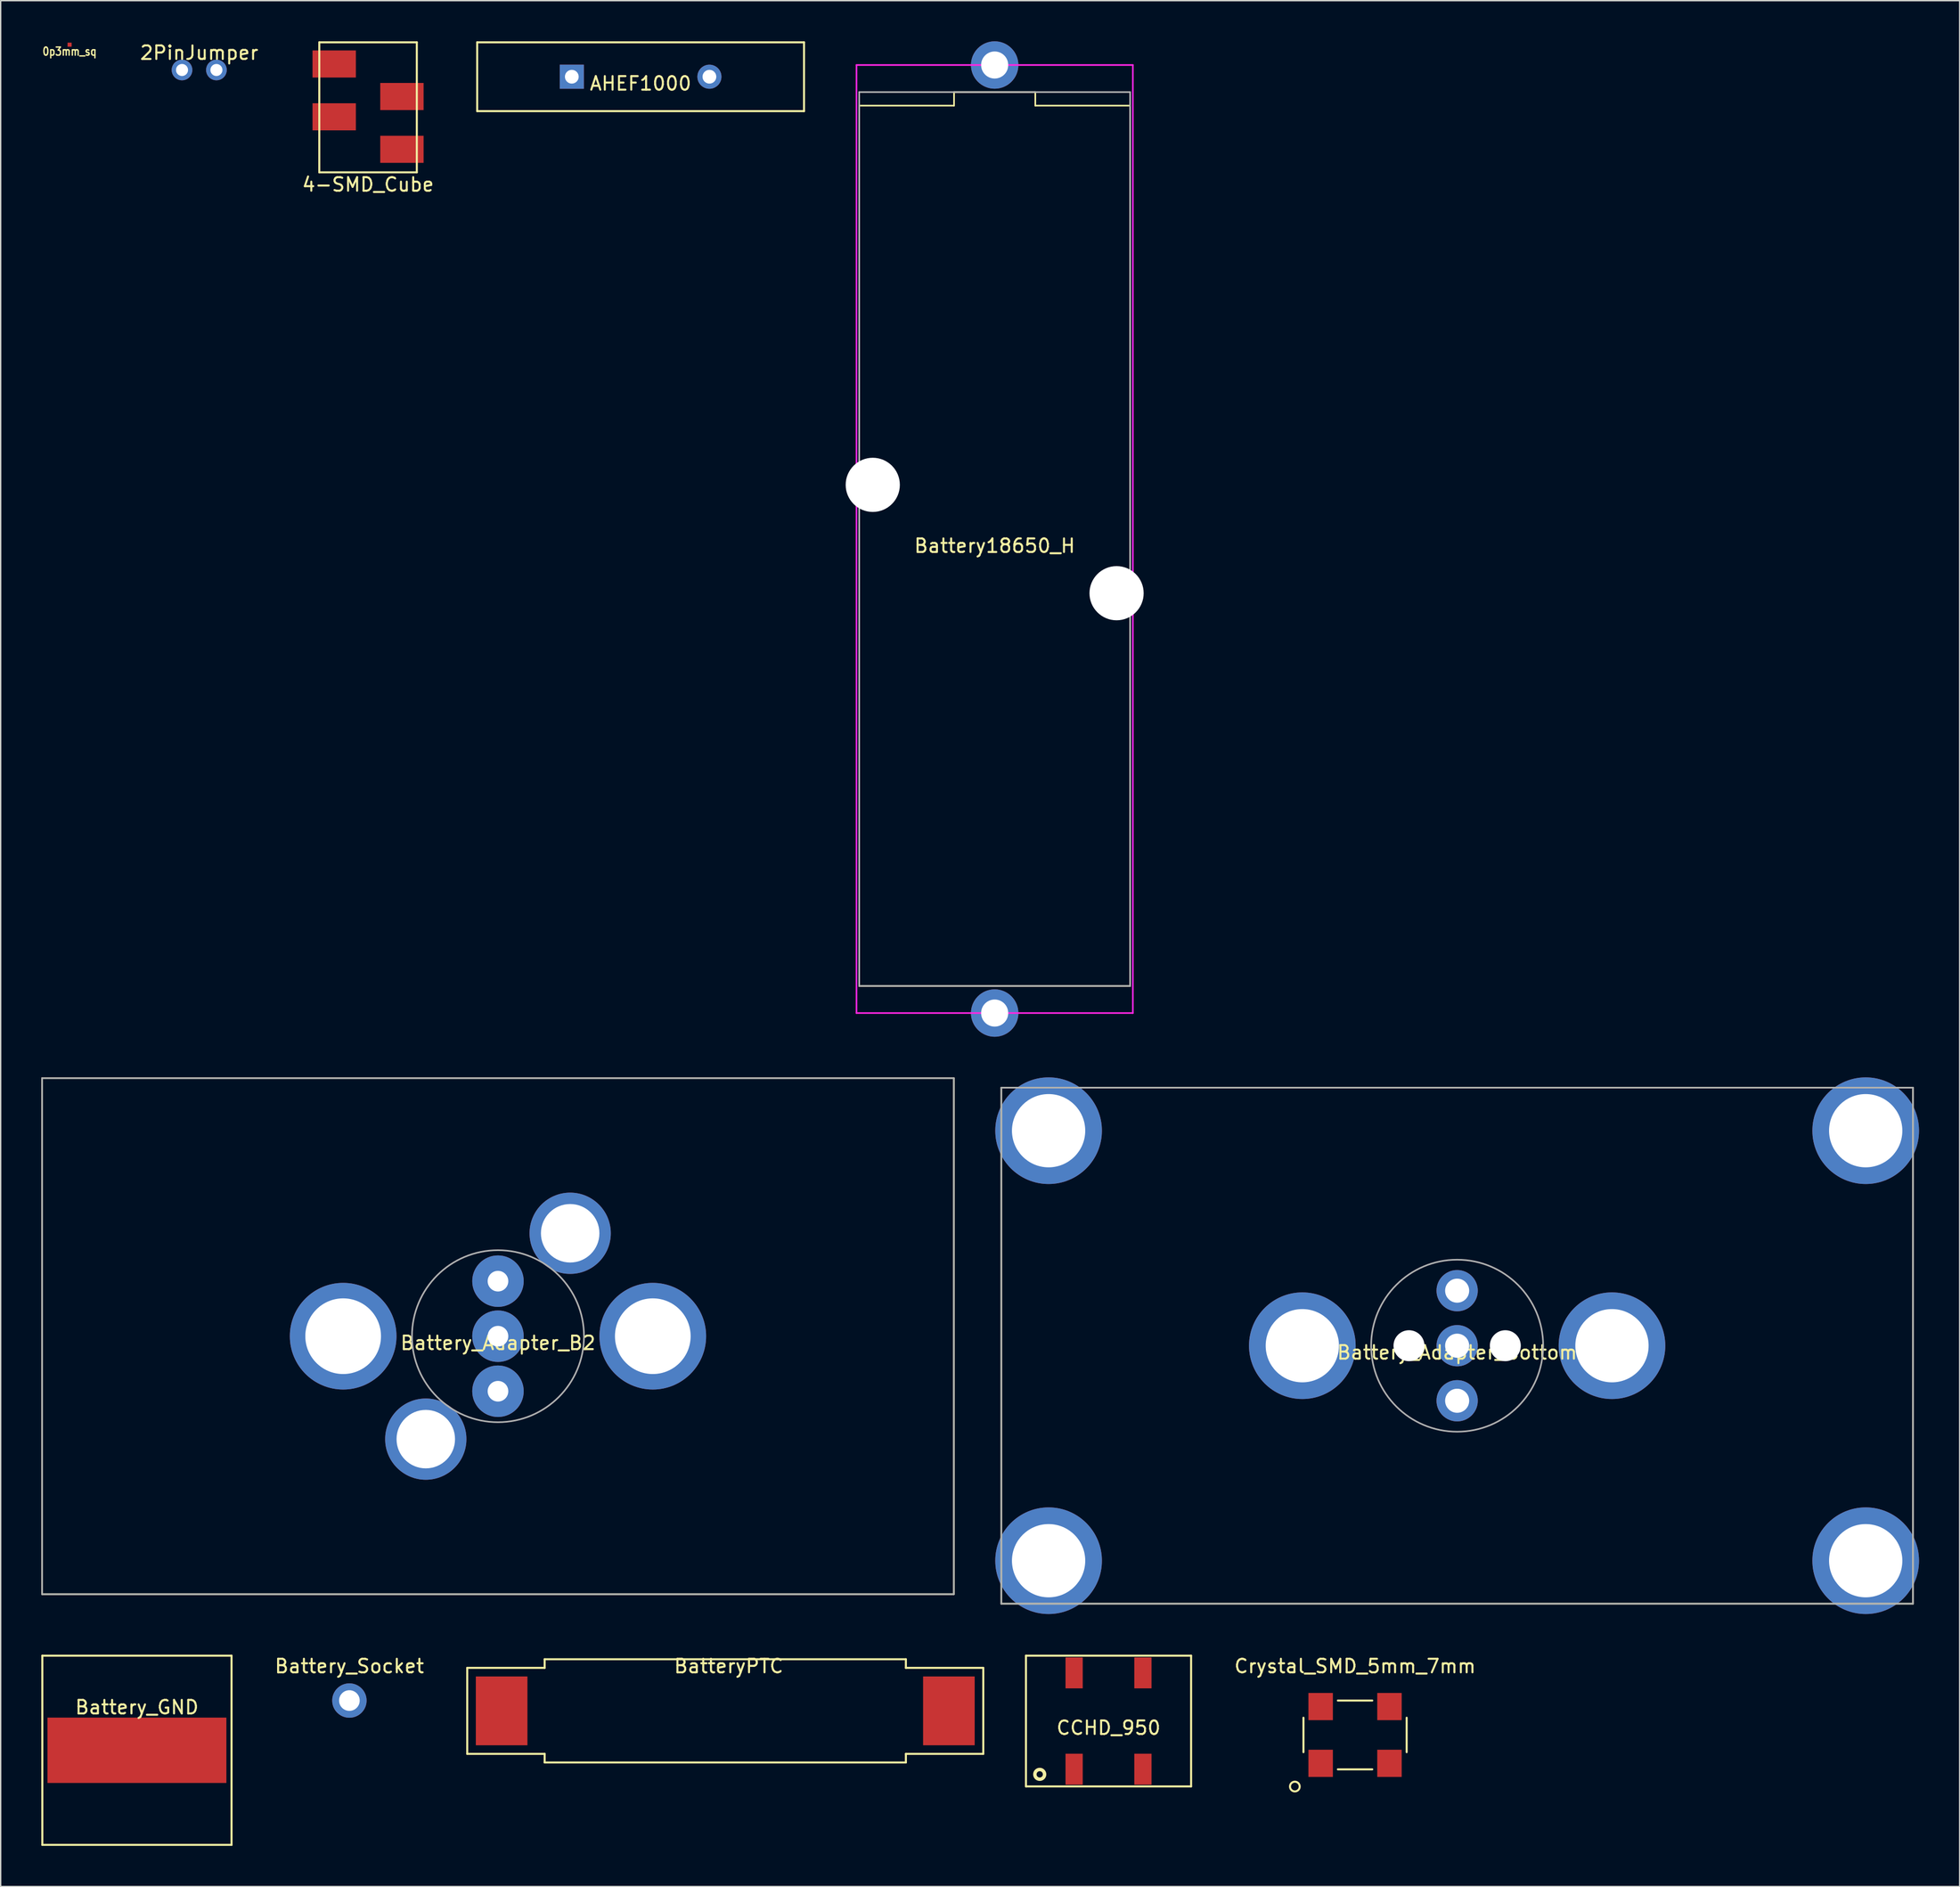
<source format=kicad_pcb>
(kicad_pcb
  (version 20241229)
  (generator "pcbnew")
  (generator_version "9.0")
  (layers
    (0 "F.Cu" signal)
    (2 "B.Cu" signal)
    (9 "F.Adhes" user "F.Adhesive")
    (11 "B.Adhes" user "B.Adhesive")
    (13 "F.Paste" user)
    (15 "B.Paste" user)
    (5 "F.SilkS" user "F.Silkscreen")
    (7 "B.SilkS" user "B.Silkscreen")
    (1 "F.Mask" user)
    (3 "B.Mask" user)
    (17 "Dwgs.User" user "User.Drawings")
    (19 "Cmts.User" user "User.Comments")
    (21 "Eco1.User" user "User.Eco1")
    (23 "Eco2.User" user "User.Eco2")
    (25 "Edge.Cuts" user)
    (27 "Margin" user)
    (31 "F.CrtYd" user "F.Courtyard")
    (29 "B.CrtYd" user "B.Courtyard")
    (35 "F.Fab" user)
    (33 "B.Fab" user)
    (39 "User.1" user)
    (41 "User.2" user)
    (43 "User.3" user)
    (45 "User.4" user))
  (footprint "2PinJumper"
    (layer "F.Cu")
    (at 11.658 2.118)
    (property "Reference" "2PinJumper" (at 0 -1.27 0) (layer "F.SilkS") (effects (font (size 1 1) (thickness 0.15))))
    (attr through_hole)
    (pad "1" thru_hole circle (at -1.27 0) (size 1.524 1.524) (drill 0.889) (layers "*.Cu" "*.Mask"))
    (pad "2" thru_hole circle (at 1.27 0) (size 1.524 1.524) (drill 0.889) (layers "*.Cu" "*.Mask")))
  (footprint "Battery_Socket"
    (layer "F.Cu")
    (at 22.745 122.512)
    (property "Reference" "Battery_Socket" (at 0 -2.54 0) (layer "F.SilkS") (effects (font (size 1 1) (thickness 0.15))))
    (attr through_hole)
    (pad "1" thru_hole circle (at 0 0) (size 2.54 2.54) (drill 1.524) (layers "*.Cu" "*.Mask")))
  (footprint "0p3mm_sq"
    (layer "F.Cu")
    (at 2.088 0.25)
    (property "Reference" "0p3mm_sq" (at 0 0.5 0) (layer "F.SilkS") (effects (font (size 0.6 0.5) (thickness 0.1))))
    (attr through_hole)
    (pad "1" smd rect (at 0 0) (size 0.3 0.3) (layers "F.Cu" "F.Mask" "F.Paste")))
  (footprint "Battery_Adapter_Bottom"
    (layer "F.Cu")
    (at 104.529 96.312)
    (property "Reference" "Battery_Adapter_Bottom" (at 0 0.5 0) (layer "F.SilkS") (effects (font (size 1 1) (thickness 0.15))))
    (attr through_hole)
    (fp_line (start -33.655 -19.05) (end 33.655 -19.05) (stroke (width 0.12) (type solid)) (layer "F.SilkS"))
    (fp_line (start -33.655 19.05) (end -33.655 -19.05) (stroke (width 0.12) (type solid)) (layer "F.SilkS"))
    (fp_line (start 33.655 -19.05) (end 33.655 19.05) (stroke (width 0.12) (type solid)) (layer "F.SilkS"))
    (fp_line (start 33.655 19.05) (end -33.655 19.05) (stroke (width 0.12) (type solid)) (layer "F.SilkS"))
    (fp_line (start -33.655 -19.05) (end 33.655 -19.05) (stroke (width 0.12) (type solid)) (layer "F.Fab"))
    (fp_line (start -33.655 19.05) (end -33.655 -19.05) (stroke (width 0.12) (type solid)) (layer "F.Fab"))
    (fp_line (start 33.655 -19.05) (end 33.655 19.05) (stroke (width 0.12) (type solid)) (layer "F.Fab"))
    (fp_line (start 33.655 19.05) (end -33.655 19.05) (stroke (width 0.12) (type solid)) (layer "F.Fab"))
    (fp_circle (center 0 0) (end 0 -6.35) (stroke (width 0.12) (type solid)) (fill no) (layer "F.Fab"))
    (pad "" np_thru_hole circle (at -3.556 0) (size 2.286 2.286) (drill 2.286) (layers "*.Cu" "*.Mask"))
    (pad "" np_thru_hole circle (at 3.556 0) (size 2.286 2.286) (drill 2.286) (layers "*.Cu" "*.Mask"))
    (pad "1" thru_hole circle (at 0 -4.064) (size 3.048 3.048) (drill 1.778) (layers "*.Cu" "*.Mask"))
    (pad "2" thru_hole circle (at 0 0) (size 3.048 3.048) (drill 1.778) (layers "*.Cu" "*.Mask"))
    (pad "3" thru_hole circle (at 0 4.064) (size 3.048 3.048) (drill 1.778) (layers "*.Cu" "*.Mask"))
    (pad "4" thru_hole circle (at -11.43 0) (size 7.874 7.874) (drill 5.41) (layers "*.Cu" "*.Mask"))
    (pad "5" thru_hole circle (at 11.43 0) (size 7.874 7.874) (drill 5.41) (layers "*.Cu" "*.Mask"))
    (pad "6" thru_hole circle (at -30.163 -15.875) (size 7.874 7.874) (drill 5.41) (layers "*.Cu" "*.Mask"))
    (pad "6" thru_hole circle (at -30.163 15.875) (size 7.874 7.874) (drill 5.41) (layers "*.Cu" "*.Mask"))
    (pad "6" thru_hole circle (at 30.163 -15.875) (size 7.874 7.874) (drill 5.41) (layers "*.Cu" "*.Mask"))
    (pad "6" thru_hole circle (at 30.163 15.875) (size 7.874 7.874) (drill 5.41) (layers "*.Cu" "*.Mask")))
  (footprint "Battery_GND"
    (layer "F.Cu")
    (at 7.06 126.184)
    (property "Reference" "Battery_GND" (at 0 -3.175 0) (layer "F.SilkS") (effects (font (size 1 1) (thickness 0.15))))
    (attr through_hole)
    (fp_line (start -6.985 -6.985) (end 6.985 -6.985) (stroke (width 0.15) (type solid)) (layer "F.SilkS"))
    (fp_line (start -6.985 6.985) (end -6.985 -6.985) (stroke (width 0.15) (type solid)) (layer "F.SilkS"))
    (fp_line (start 6.985 -6.985) (end 6.985 6.985) (stroke (width 0.15) (type solid)) (layer "F.SilkS"))
    (fp_line (start 6.985 6.985) (end -6.985 6.985) (stroke (width 0.15) (type solid)) (layer "F.SilkS"))
    (pad "1" smd rect (at 0 0) (size 13.208 4.826) (layers "F.Cu" "F.Mask" "F.Paste")))
  (footprint "Crystal_SMD_5mm_7mm"
    (layer "F.Cu")
    (at 96.992 125.052)
    (property "Reference" "Crystal_SMD_5mm_7mm" (at 0 -5.08 0) (layer "F.SilkS") (effects (font (size 1 1) (thickness 0.15))))
    (attr smd)
    (fp_line (start -3.81 -1.27) (end -3.81 1.27) (stroke (width 0.15) (type solid)) (layer "F.SilkS"))
    (fp_line (start -1.27 -2.54) (end 1.27 -2.54) (stroke (width 0.15) (type solid)) (layer "F.SilkS"))
    (fp_line (start 1.27 2.54) (end -1.27 2.54) (stroke (width 0.15) (type solid)) (layer "F.SilkS"))
    (fp_line (start 3.81 -1.27) (end 3.81 1.27) (stroke (width 0.15) (type solid)) (layer "F.SilkS"))
    (fp_circle (center -4.445 3.81) (end -4.699 3.556) (stroke (width 0.15) (type solid)) (fill no) (layer "F.SilkS"))
    (pad "1" smd rect (at -2.54 2.095) (size 1.803 2.007) (layers "F.Cu" "F.Mask" "F.Paste"))
    (pad "2" smd rect (at 2.54 2.095) (size 1.803 2.007) (layers "F.Cu" "F.Mask" "F.Paste"))
    (pad "3" smd rect (at 2.54 -2.095) (size 1.803 2.007) (layers "F.Cu" "F.Mask" "F.Paste"))
    (pad "4" smd rect (at -2.54 -2.095) (size 1.803 2.007) (layers "F.Cu" "F.Mask" "F.Paste")))
  (footprint "BatteryPTC"
    (layer "F.Cu")
    (at 50.495 123.274)
    (property "Reference" "BatteryPTC" (at 0.254 -3.302 0) (layer "F.SilkS") (effects (font (size 1 1) (thickness 0.15))))
    (attr through_hole)
    (fp_line (start -19.05 3.175) (end -19.05 -3.175) (stroke (width 0.15) (type solid)) (layer "F.SilkS"))
    (fp_line (start -13.335 -3.81) (end -13.335 -3.175) (stroke (width 0.15) (type solid)) (layer "F.SilkS"))
    (fp_line (start -13.335 -3.81) (end 13.335 -3.81) (stroke (width 0.15) (type solid)) (layer "F.SilkS"))
    (fp_line (start -13.335 -3.175) (end -19.05 -3.175) (stroke (width 0.15) (type solid)) (layer "F.SilkS"))
    (fp_line (start -13.335 3.175) (end -19.05 3.175) (stroke (width 0.15) (type solid)) (layer "F.SilkS"))
    (fp_line (start -13.335 3.81) (end -13.335 3.175) (stroke (width 0.15) (type solid)) (layer "F.SilkS"))
    (fp_line (start 13.335 -3.175) (end 13.335 -3.81) (stroke (width 0.15) (type solid)) (layer "F.SilkS"))
    (fp_line (start 13.335 -3.175) (end 19.05 -3.175) (stroke (width 0.15) (type solid)) (layer "F.SilkS"))
    (fp_line (start 13.335 3.175) (end 13.335 3.81) (stroke (width 0.15) (type solid)) (layer "F.SilkS"))
    (fp_line (start 13.335 3.81) (end -13.335 3.81) (stroke (width 0.15) (type solid)) (layer "F.SilkS"))
    (fp_line (start 19.05 -3.175) (end 19.05 3.175) (stroke (width 0.15) (type solid)) (layer "F.SilkS"))
    (fp_line (start 19.05 3.175) (end 13.335 3.175) (stroke (width 0.15) (type solid)) (layer "F.SilkS"))
    (pad "1" smd rect (at -16.51 0) (size 3.81 5.08) (layers "F.Cu" "F.Mask" "F.Paste"))
    (pad "2" smd rect (at 16.51 0) (size 3.81 5.08) (layers "F.Cu" "F.Mask" "F.Paste")))
  (footprint "Battery18650_H"
    (layer "F.Cu")
    (at 70.385 36.75)
    (property "Reference" "Battery18650_H" (at 0 0.5 0) (layer "F.SilkS") (effects (font (size 1 1) (thickness 0.15))))
    (attr through_hole)
    (fp_line (start -10 -32) (end -10 33) (stroke (width 0.12) (type solid)) (layer "F.SilkS"))
    (fp_line (start -10 -32) (end -3 -32) (stroke (width 0.12) (type solid)) (layer "F.SilkS"))
    (fp_line (start -10 33) (end 10 33) (stroke (width 0.12) (type solid)) (layer "F.SilkS"))
    (fp_line (start -3 -33) (end 3 -33) (stroke (width 0.12) (type solid)) (layer "F.SilkS"))
    (fp_line (start -3 -32) (end -3 -33) (stroke (width 0.12) (type solid)) (layer "F.SilkS"))
    (fp_line (start 3 -33) (end 3 -32) (stroke (width 0.12) (type solid)) (layer "F.SilkS"))
    (fp_line (start 3 -32) (end 10 -32) (stroke (width 0.12) (type solid)) (layer "F.SilkS"))
    (fp_line (start 10 33) (end 10 -32) (stroke (width 0.12) (type solid)) (layer "F.SilkS"))
    (fp_line (start -10.2 -35) (end 10.2 -35) (stroke (width 0.12) (type solid)) (layer "F.CrtYd"))
    (fp_line (start -10.2 35) (end -10.2 -35) (stroke (width 0.12) (type solid)) (layer "F.CrtYd"))
    (fp_line (start 10.2 -35) (end 10.2 35) (stroke (width 0.12) (type solid)) (layer "F.CrtYd"))
    (fp_line (start 10.2 35) (end -10.2 35) (stroke (width 0.12) (type solid)) (layer "F.CrtYd"))
    (fp_line (start -10 -33) (end 10 -33) (stroke (width 0.12) (type solid)) (layer "F.Fab"))
    (fp_line (start -10 33) (end -10 -33) (stroke (width 0.12) (type solid)) (layer "F.Fab"))
    (fp_line (start 10 -33) (end 10 33) (stroke (width 0.12) (type solid)) (layer "F.Fab"))
    (fp_line (start 10 33) (end -10 33) (stroke (width 0.12) (type solid)) (layer "F.Fab"))
    (pad "" np_thru_hole circle (at -9 -4) (size 4 4) (drill 4) (layers "*.Cu" "*.Mask"))
    (pad "" np_thru_hole circle (at 9 4) (size 4 4) (drill 4) (layers "*.Cu" "*.Mask"))
    (pad "1" thru_hole circle (at 0 -35) (size 3.5 3.5) (drill 2) (layers "*.Cu" "*.Mask"))
    (pad "2" thru_hole circle (at 0 35) (size 3.5 3.5) (drill 2) (layers "*.Cu" "*.Mask")))
  (footprint "CCHD_950"
    (layer "F.Cu")
    (at 78.791 124.025)
    (property "Reference" "CCHD_950" (at 0 0.5 0) (layer "F.SilkS") (effects (font (size 1 1) (thickness 0.15))))
    (attr through_hole)
    (fp_line (start -6.096 -4.826) (end -6.096 4.826) (stroke (width 0.15) (type solid)) (layer "F.SilkS"))
    (fp_line (start -6.096 4.826) (end 6.096 4.826) (stroke (width 0.15) (type solid)) (layer "F.SilkS"))
    (fp_line (start 6.096 -4.826) (end -6.096 -4.826) (stroke (width 0.15) (type solid)) (layer "F.SilkS"))
    (fp_line (start 6.096 4.826) (end 6.096 -4.826) (stroke (width 0.15) (type solid)) (layer "F.SilkS"))
    (fp_circle (center -5.08 3.937) (end -4.826 3.683) (stroke (width 0.254) (type solid)) (fill no) (layer "F.SilkS"))
    (pad "1" smd rect (at -2.54 3.556) (size 1.27 2.286) (layers "F.Cu" "F.Mask" "F.Paste"))
    (pad "2" smd rect (at 2.54 3.556) (size 1.27 2.286) (layers "F.Cu" "F.Mask" "F.Paste"))
    (pad "3" smd rect (at 2.54 -3.556) (size 1.27 2.286) (layers "F.Cu" "F.Mask" "F.Paste"))
    (pad "4" smd rect (at -2.54 -3.556) (size 1.27 2.286) (layers "F.Cu" "F.Mask" "F.Paste")))
  (footprint "Battery_Adapter_B2"
    (layer "F.Cu")
    (at 33.715 95.61)
    (property "Reference" "Battery_Adapter_B2" (at 0 0.5 0) (layer "F.SilkS") (effects (font (size 1 1) (thickness 0.15))))
    (attr through_hole)
    (fp_line (start -33.655 -19.05) (end 33.655 -19.05) (stroke (width 0.12) (type solid)) (layer "F.SilkS"))
    (fp_line (start -33.655 19.05) (end -33.655 -19.05) (stroke (width 0.12) (type solid)) (layer "F.SilkS"))
    (fp_line (start 33.655 -19.05) (end 33.655 19.05) (stroke (width 0.12) (type solid)) (layer "F.SilkS"))
    (fp_line (start 33.655 19.05) (end -33.655 19.05) (stroke (width 0.12) (type solid)) (layer "F.SilkS"))
    (fp_line (start -33.655 -19.05) (end 33.655 -19.05) (stroke (width 0.12) (type solid)) (layer "F.Fab"))
    (fp_line (start -33.655 19.05) (end -33.655 -19.05) (stroke (width 0.12) (type solid)) (layer "F.Fab"))
    (fp_line (start 33.655 -19.05) (end 33.655 19.05) (stroke (width 0.12) (type solid)) (layer "F.Fab"))
    (fp_line (start 33.655 19.05) (end -33.655 19.05) (stroke (width 0.12) (type solid)) (layer "F.Fab"))
    (fp_circle (center 0 0) (end 0 -6.35) (stroke (width 0.12) (type solid)) (fill no) (layer "F.Fab"))
    (pad "" np_thru_hole circle (at -11.43 0) (size 7.874 7.874) (drill 5.588) (layers "*.Cu" "*.Mask"))
    (pad "" np_thru_hole circle (at 11.43 0) (size 7.874 7.874) (drill 5.588) (layers "*.Cu" "*.Mask"))
    (pad "1" thru_hole circle (at 0 -4.064) (size 3.8 3.8) (drill 1.524) (layers "*.Cu" "*.Mask"))
    (pad "2" thru_hole circle (at 0 0) (size 3.8 3.8) (drill 1.524) (layers "*.Cu" "*.Mask"))
    (pad "3" thru_hole circle (at 0 4.064) (size 3.8 3.8) (drill 1.524) (layers "*.Cu" "*.Mask"))
    (pad "4" thru_hole circle (at 5.33 -7.6) (size 6 6) (drill 4.318) (layers "*.Cu" "*.Mask"))
    (pad "5" thru_hole circle (at -5.33 7.6) (size 6 6) (drill 4.318) (layers "*.Cu" "*.Mask")))
  (footprint "4-SMD_Cube"
    (layer "F.Cu")
    (at 24.123 4.875)
    (property "Reference" "4-SMD_Cube" (at 0 5.7 0) (layer "F.SilkS") (effects (font (size 1 1) (thickness 0.15))))
    (attr through_hole)
    (fp_line (start -3.6 -4.8) (end -3.6 4.8) (stroke (width 0.15) (type solid)) (layer "F.SilkS"))
    (fp_line (start -3.6 4.8) (end 3.6 4.8) (stroke (width 0.15) (type solid)) (layer "F.SilkS"))
    (fp_line (start 3.6 -4.8) (end -3.6 -4.8) (stroke (width 0.15) (type solid)) (layer "F.SilkS"))
    (fp_line (start 3.6 4.8) (end 3.6 -4.8) (stroke (width 0.15) (type solid)) (layer "F.SilkS"))
    (pad "1" smd rect (at -2.5 -3.2) (size 3.2 2) (layers "F.Cu" "F.Mask" "F.Paste"))
    (pad "2" smd rect (at 2.5 -0.8) (size 3.2 2) (layers "F.Cu" "F.Mask" "F.Paste"))
    (pad "3" smd rect (at -2.5 0.7) (size 3.2 2) (layers "F.Cu" "F.Mask" "F.Paste"))
    (pad "4" smd rect (at 2.5 3.1) (size 3.2 2) (layers "F.Cu" "F.Mask" "F.Paste")))
  (footprint "AHEF1000"
    (layer "F.Cu")
    (at 44.245 2.615)
    (property "Reference" "AHEF1000" (at 0 0.5 0) (layer "F.SilkS") (effects (font (size 1 1) (thickness 0.15))))
    (attr through_hole)
    (fp_line (start -12.065 -2.54) (end -12.065 2.54) (stroke (width 0.15) (type solid)) (layer "F.SilkS"))
    (fp_line (start -12.065 2.54) (end 12.065 2.54) (stroke (width 0.15) (type solid)) (layer "F.SilkS"))
    (fp_line (start 12.065 -2.54) (end -12.065 -2.54) (stroke (width 0.15) (type solid)) (layer "F.SilkS"))
    (fp_line (start 12.065 2.54) (end 12.065 -2.54) (stroke (width 0.15) (type solid)) (layer "F.SilkS"))
    (pad "1" thru_hole rect (at -5.08 0) (size 1.778 1.778) (drill 1.016) (layers "*.Cu" "*.Mask"))
    (pad "2" thru_hole circle (at 5.08 0) (size 1.778 1.778) (drill 1.016) (layers "*.Cu" "*.Mask")))
  (gr_rect
    (start -3 -3)
    (end 141.629 136.244)
    (stroke (width 0.1) (type default))
    (fill no)
    (layer "Edge.Cuts")))
</source>
